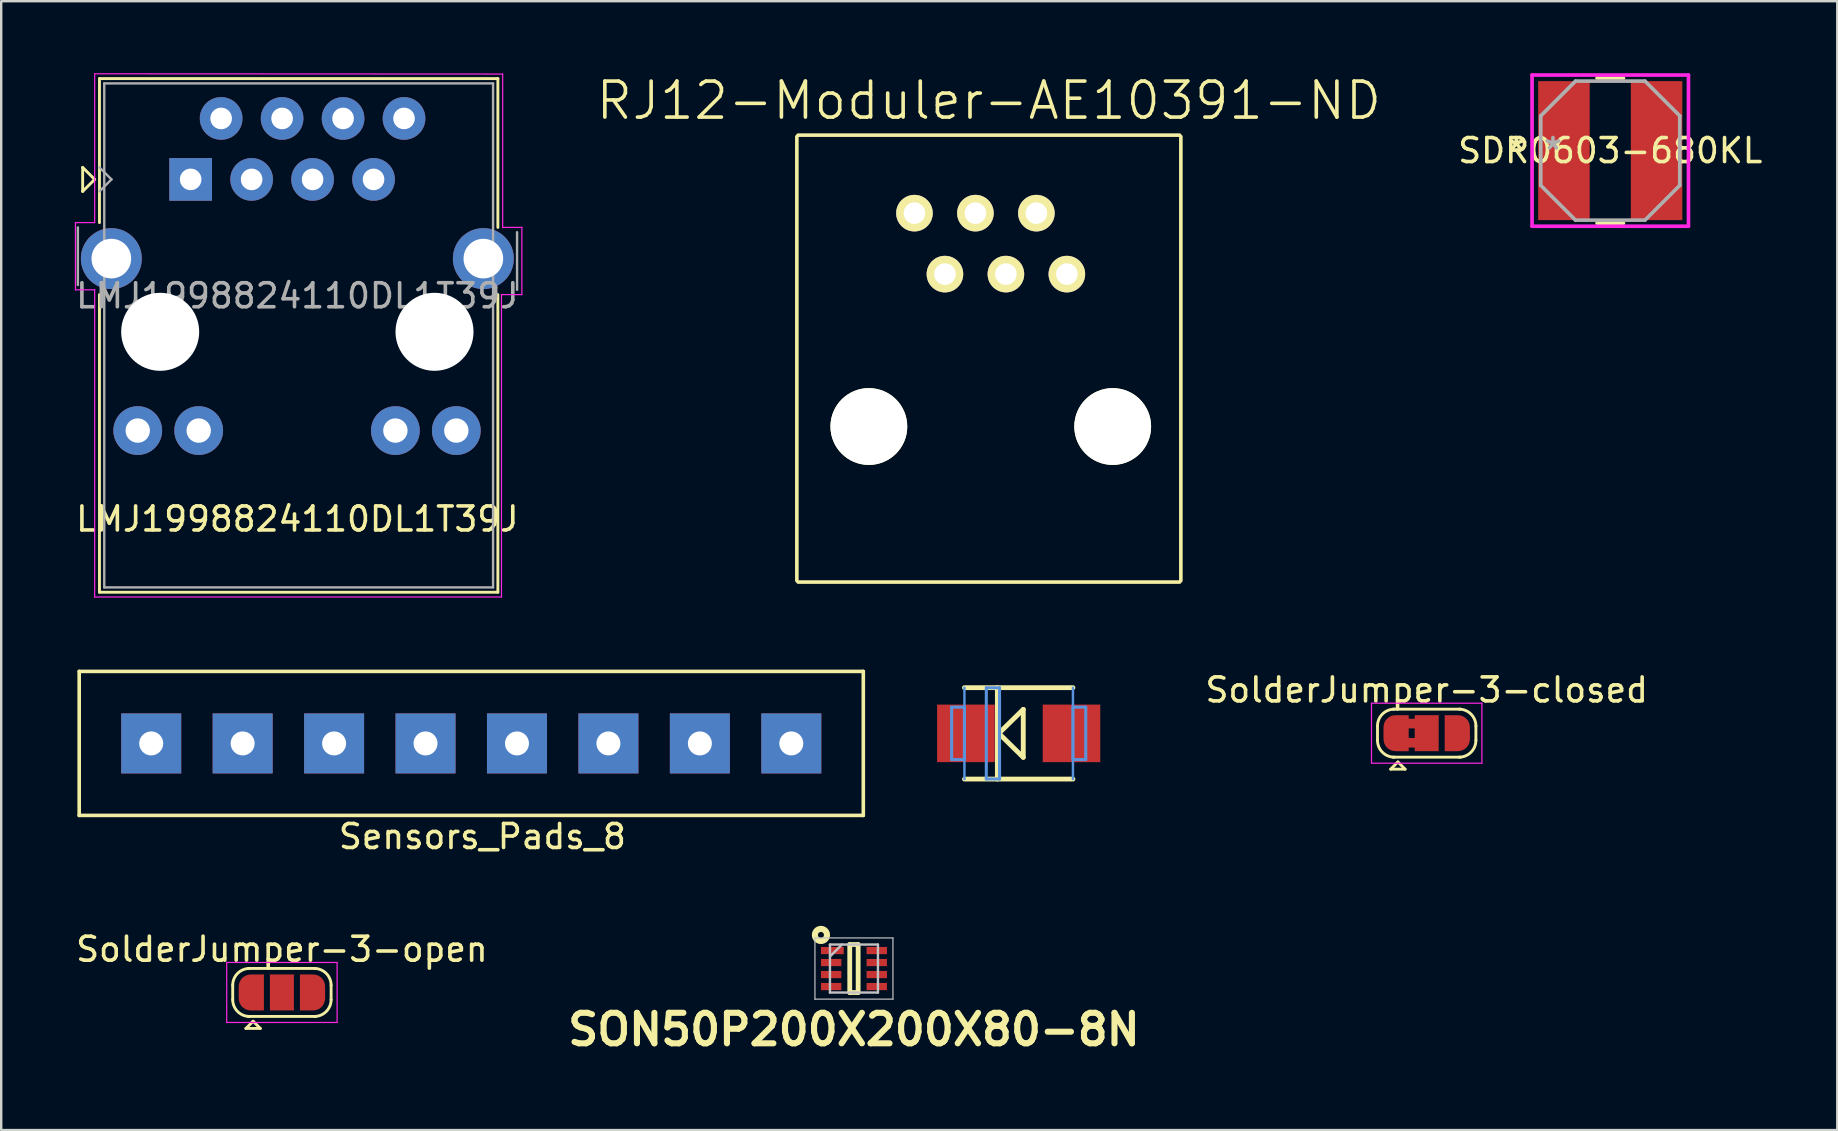
<source format=kicad_pcb>
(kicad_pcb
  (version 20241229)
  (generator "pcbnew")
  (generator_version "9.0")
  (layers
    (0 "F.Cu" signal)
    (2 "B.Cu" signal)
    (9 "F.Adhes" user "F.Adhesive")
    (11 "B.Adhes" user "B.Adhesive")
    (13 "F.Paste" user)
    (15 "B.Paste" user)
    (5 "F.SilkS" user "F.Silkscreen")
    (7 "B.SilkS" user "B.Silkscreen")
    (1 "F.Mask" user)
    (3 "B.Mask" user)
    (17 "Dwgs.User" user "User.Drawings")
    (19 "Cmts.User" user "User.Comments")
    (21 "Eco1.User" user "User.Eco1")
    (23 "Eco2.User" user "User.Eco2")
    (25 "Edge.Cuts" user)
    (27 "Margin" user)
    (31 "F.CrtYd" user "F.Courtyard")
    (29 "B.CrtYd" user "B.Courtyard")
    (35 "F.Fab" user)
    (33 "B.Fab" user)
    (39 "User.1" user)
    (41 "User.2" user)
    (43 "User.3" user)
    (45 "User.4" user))
  (footprint "RJ12-Moduler-AE10391-ND"
    (layer "F.Cu")
    (at 38.151 11.141)
    (property "Reference" "RJ12-Moduler-AE10391-ND" (at 0 -10 0) (layer "F.SilkS") (effects (font (size 1.5 1.5) (thickness 0.15))))
    (attr through_hole)
    (fp_line (start -8 10) (end -8 -8.5) (stroke (width 0.15) (type solid)) (layer "F.SilkS"))
    (fp_line (start -7.95 -8.56) (end 7.95 -8.56) (stroke (width 0.15) (type solid)) (layer "F.SilkS"))
    (fp_line (start -7.95 10.06) (end 7.95 10.06) (stroke (width 0.15) (type solid)) (layer "F.SilkS"))
    (fp_line (start 8 -8.5) (end 8 10) (stroke (width 0.15) (type solid)) (layer "F.SilkS"))
    (pad "" np_thru_hole circle (at -5 3.58) (size 3.2 3.2) (drill 3.2) (layers "*.Cu" "*.Mask" "F.SilkS"))
    (pad "" np_thru_hole circle (at 5.16 3.58) (size 3.2 3.2) (drill 3.2) (layers "*.Cu" "*.Mask" "F.SilkS"))
    (pad "1" thru_hole circle (at -3.1 -5.31) (size 1.524 1.524) (drill 0.9) (layers "*.Cu" "*.Mask" "F.SilkS"))
    (pad "2" thru_hole circle (at -0.56 -5.31) (size 1.524 1.524) (drill 0.9) (layers "*.Cu" "*.Mask" "F.SilkS"))
    (pad "3" thru_hole circle (at 1.98 -5.31) (size 1.524 1.524) (drill 0.9) (layers "*.Cu" "*.Mask" "F.SilkS"))
    (pad "4" thru_hole circle (at 3.25 -2.77) (size 1.524 1.524) (drill 0.9) (layers "*.Cu" "*.Mask" "F.SilkS"))
    (pad "5" thru_hole circle (at 0.71 -2.77) (size 1.524 1.524) (drill 0.9) (layers "*.Cu" "*.Mask" "F.SilkS"))
    (pad "6" thru_hole circle (at -1.83 -2.77) (size 1.524 1.524) (drill 0.9) (layers "*.Cu" "*.Mask" "F.SilkS")))
  (footprint "Sensors_Pads_8"
    (layer "F.Cu")
    (at 0.25 30.925)
    (property "Reference" "Sensors_Pads_8" (at 16.8 0.88 0) (layer "F.SilkS") (effects (font (size 1 1) (thickness 0.15))))
    (attr through_hole)
    (fp_line (start 0 -6) (end 32.67 -6) (stroke (width 0.15) (type solid)) (layer "F.SilkS"))
    (fp_line (start 0 0) (end 0 -6) (stroke (width 0.15) (type solid)) (layer "F.SilkS"))
    (fp_line (start 32.67 -6) (end 32.67 0) (stroke (width 0.15) (type solid)) (layer "F.SilkS"))
    (fp_line (start 32.67 0) (end 0 0) (stroke (width 0.15) (type solid)) (layer "F.SilkS"))
    (pad "1" thru_hole rect (at 3 -3) (size 2.5 2.5) (drill 1) (layers "*.Cu" "*.Mask"))
    (pad "2" thru_hole rect (at 6.81 -3) (size 2.5 2.5) (drill 1) (layers "*.Cu" "*.Mask"))
    (pad "3" thru_hole rect (at 10.62 -3) (size 2.5 2.5) (drill 1) (layers "*.Cu" "*.Mask"))
    (pad "4" thru_hole rect (at 14.43 -3) (size 2.5 2.5) (drill 1) (layers "*.Cu" "*.Mask"))
    (pad "5" thru_hole rect (at 18.24 -3) (size 2.5 2.5) (drill 1) (layers "*.Cu" "*.Mask"))
    (pad "6" thru_hole rect (at 22.05 -3) (size 2.5 2.5) (drill 1) (layers "*.Cu" "*.Mask"))
    (pad "7" thru_hole rect (at 25.86 -3) (size 2.5 2.5) (drill 1) (layers "*.Cu" "*.Mask"))
    (pad "8" thru_hole rect (at 29.67 -3) (size 2.5 2.5) (drill 1) (layers "*.Cu" "*.Mask")))
  (footprint "SolderJumper-3-closed"
    (layer "F.Cu")
    (at 56.394 27.498)
    (property "Reference" "SolderJumper-3-closed" (at 0 -1.8 180) (layer "F.SilkS") (effects (font (size 1 1) (thickness 0.15))))
    (attr exclude_from_pos_files)
    (fp_poly (pts (xy -0.9 -0.6) (xy -0.4 -0.6) (xy -0.4 -0.2) (xy -0.9 -0.2)) (stroke (width 0) (type solid)) (fill yes) (layer "F.Cu"))
    (fp_poly (pts (xy -0.9 0.2) (xy -0.4 0.2) (xy -0.4 0.6) (xy -0.9 0.6)) (stroke (width 0) (type solid)) (fill yes) (layer "F.Cu"))
    (fp_line (start -2.05 0.3) (end -2.05 -0.3) (stroke (width 0.12) (type solid)) (layer "F.SilkS"))
    (fp_line (start -1.5 1.5) (end -0.9 1.5) (stroke (width 0.12) (type solid)) (layer "F.SilkS"))
    (fp_line (start -1.4 -1) (end 1.4 -1) (stroke (width 0.12) (type solid)) (layer "F.SilkS"))
    (fp_line (start -1.2 1.2) (end -1.5 1.5) (stroke (width 0.12) (type solid)) (layer "F.SilkS"))
    (fp_line (start -1.2 1.2) (end -0.9 1.5) (stroke (width 0.12) (type solid)) (layer "F.SilkS"))
    (fp_line (start 1.4 1) (end -1.4 1) (stroke (width 0.12) (type solid)) (layer "F.SilkS"))
    (fp_line (start 2.05 -0.3) (end 2.05 0.3) (stroke (width 0.12) (type solid)) (layer "F.SilkS"))
    (fp_arc (start -2.05 -0.3) (mid -1.844975 -0.794975) (end -1.35 -1) (stroke (width 0.12) (type solid)) (layer "F.SilkS"))
    (fp_arc (start -1.35 1) (mid -1.844975 0.794975) (end -2.05 0.3) (stroke (width 0.12) (type solid)) (layer "F.SilkS"))
    (fp_arc (start 1.35 -1) (mid 1.844975 -0.794975) (end 2.05 -0.3) (stroke (width 0.12) (type solid)) (layer "F.SilkS"))
    (fp_arc (start 2.05 0.3) (mid 1.844975 0.794975) (end 1.35 1) (stroke (width 0.12) (type solid)) (layer "F.SilkS"))
    (fp_line (start -2.3 -1.25) (end -2.3 1.25) (stroke (width 0.05) (type solid)) (layer "F.CrtYd"))
    (fp_line (start -2.3 -1.25) (end 2.3 -1.25) (stroke (width 0.05) (type solid)) (layer "F.CrtYd"))
    (fp_line (start 2.3 1.25) (end -2.3 1.25) (stroke (width 0.05) (type solid)) (layer "F.CrtYd"))
    (fp_line (start 2.3 1.25) (end 2.3 -1.25) (stroke (width 0.05) (type solid)) (layer "F.CrtYd"))
    (pad "1" smd custom (at -1.3 0) (size 1 0.5) (layers "F.Cu" "F.Mask") (options (anchor rect)) (primitives (gr_circle (center 0 0.25) (end 0.5 0.25) (width 0) (fill yes)) (gr_circle (center 0 -0.25) (end 0.5 -0.25) (width 0) (fill yes)) (gr_poly (pts (xy 0.55 -0.75) (xy 0 -0.75) (xy 0 0.75) (xy 0.55 0.75)) (width 0) (fill yes))))
    (pad "2" smd rect (at 0 0) (size 1 1.5) (layers "F.Cu" "F.Mask"))
    (pad "3" smd custom (at 1.3 0) (size 1 0.5) (layers "F.Cu" "F.Mask") (options (anchor rect)) (primitives (gr_circle (center 0 0.25) (end 0.5 0.25) (width 0) (fill yes)) (gr_circle (center 0 -0.25) (end 0.5 -0.25) (width 0) (fill yes)) (gr_poly (pts (xy -0.55 -0.75) (xy 0 -0.75) (xy 0 0.75) (xy -0.55 0.75)) (width 0) (fill yes)))))
  (footprint "LMJ1998824110DL1T39J"
    (layer "F.Cu")
    (at 4.894 4.425)
    (property "Reference" "LMJ1998824110DL1T39J" (at 4.445 14.15 0) (layer "F.SilkS") (effects (font (size 1 1) (thickness 0.15))))
    (attr through_hole)
    (fp_line (start -4.5 -0.5) (end -4.5 0.5) (stroke (width 0.12) (type solid)) (layer "F.SilkS"))
    (fp_line (start -4.5 0.5) (end -4 0) (stroke (width 0.12) (type solid)) (layer "F.SilkS"))
    (fp_line (start -4 0) (end -4.5 -0.5) (stroke (width 0.12) (type solid)) (layer "F.SilkS"))
    (fp_line (start -3.8 -4.2) (end -3.8 1.8) (stroke (width 0.12) (type solid)) (layer "F.SilkS"))
    (fp_line (start -3.8 -4.2) (end 12.8 -4.2) (stroke (width 0.12) (type solid)) (layer "F.SilkS"))
    (fp_line (start -3.8 17.2) (end -3.8 4.8) (stroke (width 0.12) (type solid)) (layer "F.SilkS"))
    (fp_line (start -3.8 17.2) (end 12.8 17.2) (stroke (width 0.12) (type solid)) (layer "F.SilkS"))
    (fp_line (start 12.8 -4.2) (end 12.8 2) (stroke (width 0.12) (type solid)) (layer "F.SilkS"))
    (fp_line (start 12.8 17.2) (end 12.8 4.8) (stroke (width 0.12) (type solid)) (layer "F.SilkS"))
    (fp_line (start -4.8 4.6) (end -4.8 1.8) (stroke (width 0.05) (type solid)) (layer "F.CrtYd"))
    (fp_line (start -4 -4.4) (end 13 -4.39) (stroke (width 0.05) (type solid)) (layer "F.CrtYd"))
    (fp_line (start -4 1.8) (end -4.8 1.8) (stroke (width 0.05) (type solid)) (layer "F.CrtYd"))
    (fp_line (start -4 1.8) (end -4 -4.4) (stroke (width 0.05) (type solid)) (layer "F.CrtYd"))
    (fp_line (start -4 4.6) (end -4.8 4.6) (stroke (width 0.05) (type solid)) (layer "F.CrtYd"))
    (fp_line (start -4 17.4) (end -4 4.6) (stroke (width 0.05) (type solid)) (layer "F.CrtYd"))
    (fp_line (start 12.95 4.8) (end 12.95 17.4) (stroke (width 0.05) (type solid)) (layer "F.CrtYd"))
    (fp_line (start 12.95 4.8) (end 13.8 4.8) (stroke (width 0.05) (type solid)) (layer "F.CrtYd"))
    (fp_line (start 12.95 17.4) (end -4 17.4) (stroke (width 0.05) (type solid)) (layer "F.CrtYd"))
    (fp_line (start 13 2) (end 13 -4.39) (stroke (width 0.05) (type solid)) (layer "F.CrtYd"))
    (fp_line (start 13 2) (end 13.8 2) (stroke (width 0.05) (type solid)) (layer "F.CrtYd"))
    (fp_line (start 13.8 4.8) (end 13.8 2) (stroke (width 0.05) (type solid)) (layer "F.CrtYd"))
    (fp_line (start -4.7 4.4) (end -4.7 2) (stroke (width 0.1) (type solid)) (layer "F.Fab"))
    (fp_line (start -3.8 -0.5) (end -3.3 0) (stroke (width 0.1) (type solid)) (layer "F.Fab"))
    (fp_line (start -3.8 0.5) (end -3.3 0) (stroke (width 0.1) (type solid)) (layer "F.Fab"))
    (fp_line (start -3.6 -4) (end -3.6 17) (stroke (width 0.1) (type solid)) (layer "F.Fab"))
    (fp_line (start -3.6 -4) (end 12.6 -4) (stroke (width 0.1) (type solid)) (layer "F.Fab"))
    (fp_line (start -3.6 17) (end 12.6 17) (stroke (width 0.1) (type solid)) (layer "F.Fab"))
    (fp_line (start 12.6 -4) (end 12.6 17) (stroke (width 0.1) (type solid)) (layer "F.Fab"))
    (fp_line (start 13.6 4.6) (end 13.6 2.2) (stroke (width 0.1) (type solid)) (layer "F.Fab"))
    (fp_text user "${REFERENCE}" (at 4.445 4.85 0) (layer "F.Fab") (effects (font (size 1 1) (thickness 0.15))))
    (pad "" np_thru_hole circle (at -1.27 6.35) (size 3.251 3.251) (drill 3.251) (layers "*.Cu" "*.Mask"))
    (pad "" np_thru_hole circle (at 10.16 6.35) (size 3.251 3.251) (drill 3.251) (layers "*.Cu" "*.Mask"))
    (pad "1" thru_hole rect (at 0 0) (size 1.778 1.778) (drill 0.9) (layers "*.Cu" "*.Mask"))
    (pad "2" thru_hole circle (at 1.27 -2.54) (size 1.778 1.778) (drill 0.9) (layers "*.Cu" "*.Mask"))
    (pad "3" thru_hole circle (at 2.54 0) (size 1.778 1.778) (drill 0.9) (layers "*.Cu" "*.Mask"))
    (pad "4" thru_hole circle (at 3.81 -2.54) (size 1.778 1.778) (drill 0.9) (layers "*.Cu" "*.Mask"))
    (pad "5" thru_hole circle (at 5.08 0) (size 1.778 1.778) (drill 0.9) (layers "*.Cu" "*.Mask"))
    (pad "6" thru_hole circle (at 6.35 -2.54) (size 1.778 1.778) (drill 0.9) (layers "*.Cu" "*.Mask"))
    (pad "7" thru_hole circle (at 7.62 0) (size 1.778 1.778) (drill 0.9) (layers "*.Cu" "*.Mask"))
    (pad "8" thru_hole circle (at 8.89 -2.54) (size 1.778 1.778) (drill 0.9) (layers "*.Cu" "*.Mask"))
    (pad "9" thru_hole circle (at -2.205 10.465) (size 2.032 2.032) (drill 1.016) (layers "*.Cu" "*.Mask"))
    (pad "10" thru_hole circle (at 0.335 10.465) (size 2.032 2.032) (drill 1.016) (layers "*.Cu" "*.Mask"))
    (pad "11" thru_hole circle (at 8.53 10.465) (size 2.032 2.032) (drill 1.016) (layers "*.Cu" "*.Mask"))
    (pad "12" thru_hole circle (at 11.069 10.465) (size 2.032 2.032) (drill 1.016) (layers "*.Cu" "*.Mask"))
    (pad "SH" thru_hole circle (at -3.305 3.3) (size 2.54 2.54) (drill 1.651) (layers "*.Cu" "*.Mask"))
    (pad "SH" thru_hole circle (at 12.195 3.3) (size 2.54 2.54) (drill 1.651) (layers "*.Cu" "*.Mask")))
  (footprint "SMB_diode"
    (layer "F.Cu")
    (at 39.394 27.506)
    (property "Reference" "SMB_diode" (at 4.064 0 90) (layer "Eco1.User") (effects (font (size 0.64 0.64) (thickness 0.127))))
    (attr through_hole)
    (fp_line (start -2.261 -1.905) (end 2.261 -1.905) (stroke (width 0.2) (type solid)) (layer "F.SilkS"))
    (fp_line (start -2.261 1.905) (end 2.261 1.905) (stroke (width 0.2) (type solid)) (layer "F.SilkS"))
    (fp_line (start -0.889 1.905) (end -0.889 -1.905) (stroke (width 0.2) (type solid)) (layer "F.SilkS"))
    (fp_line (start -0.828 0) (end 0.191 0.998) (stroke (width 0.203) (type solid)) (layer "F.SilkS"))
    (fp_line (start 0.191 -0.998) (end -0.828 0) (stroke (width 0.203) (type solid)) (layer "F.SilkS"))
    (fp_line (start 0.191 0.998) (end 0.191 -0.998) (stroke (width 0.203) (type solid)) (layer "F.SilkS"))
    (fp_line (start -2.794 -1.092) (end -2.794 1.092) (stroke (width 0.127) (type solid)) (layer "Cmts.User"))
    (fp_line (start -2.794 1.092) (end -2.261 1.092) (stroke (width 0.127) (type solid)) (layer "Cmts.User"))
    (fp_line (start -2.261 -1.092) (end -2.794 -1.092) (stroke (width 0.127) (type solid)) (layer "Cmts.User"))
    (fp_line (start -2.261 1.092) (end -2.261 -1.092) (stroke (width 0.127) (type solid)) (layer "Cmts.User"))
    (fp_line (start -2.261 1.905) (end -2.261 -1.905) (stroke (width 0.102) (type solid)) (layer "Cmts.User"))
    (fp_line (start -1.349 -1.9) (end -1.349 1.9) (stroke (width 0.127) (type solid)) (layer "Cmts.User"))
    (fp_line (start -1.349 1.9) (end -0.798 1.9) (stroke (width 0.127) (type solid)) (layer "Cmts.User"))
    (fp_line (start -0.798 -1.9) (end -1.349 -1.9) (stroke (width 0.127) (type solid)) (layer "Cmts.User"))
    (fp_line (start -0.798 1.9) (end -0.798 -1.9) (stroke (width 0.127) (type solid)) (layer "Cmts.User"))
    (fp_line (start 2.261 -1.092) (end 2.261 1.092) (stroke (width 0.127) (type solid)) (layer "Cmts.User"))
    (fp_line (start 2.261 1.092) (end 2.794 1.092) (stroke (width 0.127) (type solid)) (layer "Cmts.User"))
    (fp_line (start 2.261 1.905) (end 2.261 -1.905) (stroke (width 0.102) (type solid)) (layer "Cmts.User"))
    (fp_line (start 2.794 -1.092) (end 2.261 -1.092) (stroke (width 0.127) (type solid)) (layer "Cmts.User"))
    (fp_line (start 2.794 1.092) (end 2.794 -1.092) (stroke (width 0.127) (type solid)) (layer "Cmts.User"))
    (pad "1" smd rect (at 2.2 0) (size 2.398 2.398) (layers "F.Cu" "F.Mask" "F.Paste"))
    (pad "2" smd rect (at -2.2 0) (size 2.398 2.398) (layers "F.Cu" "F.Mask" "F.Paste")))
  (footprint "SDR0603-680KL"
    (layer "F.Cu")
    (at 64.042 3.226)
    (property "Reference" "SDR0603-680KL" (at 0 0 0) (layer "F.SilkS") (effects (font (size 1 1) (thickness 0.15))))
    (attr through_hole)
    (fp_line (start -0.55 3.023) (end 0.55 3.023) (stroke (width 0.152) (type solid)) (layer "F.SilkS"))
    (fp_line (start 0.55 -3.023) (end -0.55 -3.023) (stroke (width 0.152) (type solid)) (layer "F.SilkS"))
    (fp_line (start -3.258 -3.15) (end 3.258 -3.15) (stroke (width 0.152) (type solid)) (layer "F.CrtYd"))
    (fp_line (start -3.258 3.15) (end -3.258 -3.15) (stroke (width 0.152) (type solid)) (layer "F.CrtYd"))
    (fp_line (start 3.258 -3.15) (end 3.258 3.15) (stroke (width 0.152) (type solid)) (layer "F.CrtYd"))
    (fp_line (start 3.258 3.15) (end -3.258 3.15) (stroke (width 0.152) (type solid)) (layer "F.CrtYd"))
    (fp_line (start -2.896 -1.448) (end -2.896 1.448) (stroke (width 0.152) (type solid)) (layer "F.Fab"))
    (fp_line (start -2.896 1.448) (end -1.448 2.896) (stroke (width 0.152) (type solid)) (layer "F.Fab"))
    (fp_line (start -1.448 -2.896) (end -2.896 -1.448) (stroke (width 0.152) (type solid)) (layer "F.Fab"))
    (fp_line (start -1.448 2.896) (end 1.448 2.896) (stroke (width 0.152) (type solid)) (layer "F.Fab"))
    (fp_line (start 1.448 -2.896) (end -1.448 -2.896) (stroke (width 0.152) (type solid)) (layer "F.Fab"))
    (fp_line (start 1.448 2.896) (end 2.896 1.448) (stroke (width 0.152) (type solid)) (layer "F.Fab"))
    (fp_line (start 2.896 -1.448) (end 1.448 -2.896) (stroke (width 0.152) (type solid)) (layer "F.Fab"))
    (fp_line (start 2.896 1.448) (end 2.896 -1.448) (stroke (width 0.152) (type solid)) (layer "F.Fab"))
    (fp_text user "*" (at -3.912 0 0) (layer "F.SilkS") (effects (font (size 1 1) (thickness 0.15))))
    (fp_text user "Copyright 2016 Accelerated Designs. All rights reserved." (at 0 0 0) (layer "Cmts.User") (effects (font (size 0.127 0.127) (thickness 0.002))))
    (fp_text user "*" (at -2.388 0 0) (layer "F.Fab") (effects (font (size 1 1) (thickness 0.15))))
    (pad "1" smd rect (at -1.93 0) (size 2.146 5.791) (layers "F.Cu" "F.Mask" "F.Paste"))
    (pad "2" smd rect (at 1.93 0) (size 2.146 5.791) (layers "F.Cu" "F.Mask" "F.Paste")))
  (footprint "SolderJumper-3-open"
    (layer "F.Cu")
    (at 8.696 38.301)
    (property "Reference" "SolderJumper-3-open" (at 0 -1.8 180) (layer "F.SilkS") (effects (font (size 1 1) (thickness 0.15))))
    (attr exclude_from_pos_files)
    (fp_line (start -2.05 0.3) (end -2.05 -0.3) (stroke (width 0.12) (type solid)) (layer "F.SilkS"))
    (fp_line (start -1.5 1.5) (end -0.9 1.5) (stroke (width 0.12) (type solid)) (layer "F.SilkS"))
    (fp_line (start -1.4 -1) (end 1.4 -1) (stroke (width 0.12) (type solid)) (layer "F.SilkS"))
    (fp_line (start -1.2 1.2) (end -1.5 1.5) (stroke (width 0.12) (type solid)) (layer "F.SilkS"))
    (fp_line (start -1.2 1.2) (end -0.9 1.5) (stroke (width 0.12) (type solid)) (layer "F.SilkS"))
    (fp_line (start 1.4 1) (end -1.4 1) (stroke (width 0.12) (type solid)) (layer "F.SilkS"))
    (fp_line (start 2.05 -0.3) (end 2.05 0.3) (stroke (width 0.12) (type solid)) (layer "F.SilkS"))
    (fp_arc (start -2.05 -0.3) (mid -1.844975 -0.794975) (end -1.35 -1) (stroke (width 0.12) (type solid)) (layer "F.SilkS"))
    (fp_arc (start -1.35 1) (mid -1.844975 0.794975) (end -2.05 0.3) (stroke (width 0.12) (type solid)) (layer "F.SilkS"))
    (fp_arc (start 1.35 -1) (mid 1.844975 -0.794975) (end 2.05 -0.3) (stroke (width 0.12) (type solid)) (layer "F.SilkS"))
    (fp_arc (start 2.05 0.3) (mid 1.844975 0.794975) (end 1.35 1) (stroke (width 0.12) (type solid)) (layer "F.SilkS"))
    (fp_line (start -2.3 -1.25) (end -2.3 1.25) (stroke (width 0.05) (type solid)) (layer "F.CrtYd"))
    (fp_line (start -2.3 -1.25) (end 2.3 -1.25) (stroke (width 0.05) (type solid)) (layer "F.CrtYd"))
    (fp_line (start 2.3 1.25) (end -2.3 1.25) (stroke (width 0.05) (type solid)) (layer "F.CrtYd"))
    (fp_line (start 2.3 1.25) (end 2.3 -1.25) (stroke (width 0.05) (type solid)) (layer "F.CrtYd"))
    (pad "1" smd custom (at -1.3 0) (size 1 0.5) (layers "F.Cu" "F.Mask") (options (anchor rect)) (primitives (gr_circle (center 0 0.25) (end 0.5 0.25) (width 0) (fill yes)) (gr_circle (center 0 -0.25) (end 0.5 -0.25) (width 0) (fill yes)) (gr_poly (pts (xy 0.55 -0.75) (xy 0 -0.75) (xy 0 0.75) (xy 0.55 0.75)) (width 0) (fill yes))))
    (pad "2" smd rect (at 0 0) (size 1 1.5) (layers "F.Cu" "F.Mask"))
    (pad "3" smd custom (at 1.3 0) (size 1 0.5) (layers "F.Cu" "F.Mask") (options (anchor rect)) (primitives (gr_circle (center 0 0.25) (end 0.5 0.25) (width 0) (fill yes)) (gr_circle (center 0 -0.25) (end 0.5 -0.25) (width 0) (fill yes)) (gr_poly (pts (xy -0.55 -0.75) (xy 0 -0.75) (xy 0 0.75) (xy -0.55 0.75)) (width 0) (fill yes)))))
  (footprint "SON50P200X200X80-8N"
    (layer "F.Cu")
    (at 32.53 37.305)
    (property "Reference" "SON50P200X200X80-8N" (at 0 2.54 0) (layer "F.SilkS") (effects (font (size 1.27 1.27) (thickness 0.254))))
    (attr smd)
    (fp_line (start -0.175 -1) (end 0.175 -1) (stroke (width 0.2) (type solid)) (layer "F.SilkS"))
    (fp_line (start -0.175 1) (end -0.175 -1) (stroke (width 0.2) (type solid)) (layer "F.SilkS"))
    (fp_line (start 0.175 -1) (end 0.175 1) (stroke (width 0.2) (type solid)) (layer "F.SilkS"))
    (fp_line (start 0.175 1) (end -0.175 1) (stroke (width 0.2) (type solid)) (layer "F.SilkS"))
    (fp_circle (center -1.375 -1.4) (end -1.25 -1.4) (stroke (width 0.254) (type solid)) (fill no) (layer "F.SilkS"))
    (fp_line (start -1.625 -1.275) (end 1.625 -1.275) (stroke (width 0.05) (type solid)) (layer "Dwgs.User"))
    (fp_line (start -1.625 1.275) (end -1.625 -1.275) (stroke (width 0.05) (type solid)) (layer "Dwgs.User"))
    (fp_line (start -1 -1) (end 1 -1) (stroke (width 0.1) (type solid)) (layer "Dwgs.User"))
    (fp_line (start -1 -0.5) (end -0.5 -1) (stroke (width 0.1) (type solid)) (layer "Dwgs.User"))
    (fp_line (start -1 1) (end -1 -1) (stroke (width 0.1) (type solid)) (layer "Dwgs.User"))
    (fp_line (start 1 -1) (end 1 1) (stroke (width 0.1) (type solid)) (layer "Dwgs.User"))
    (fp_line (start 1 1) (end -1 1) (stroke (width 0.1) (type solid)) (layer "Dwgs.User"))
    (fp_line (start 1.625 -1.275) (end 1.625 1.275) (stroke (width 0.05) (type solid)) (layer "Dwgs.User"))
    (fp_line (start 1.625 1.275) (end -1.625 1.275) (stroke (width 0.05) (type solid)) (layer "Dwgs.User"))
    (pad "1" smd rect (at -0.9 -0.75 90) (size 0.3 0.95) (layers "F.Cu" "F.Mask" "F.Paste"))
    (pad "2" smd rect (at -0.95 -0.25 90) (size 0.3 0.85) (layers "F.Cu" "F.Mask" "F.Paste"))
    (pad "3" smd rect (at -0.95 0.25 90) (size 0.3 0.85) (layers "F.Cu" "F.Mask" "F.Paste"))
    (pad "4" smd rect (at -0.95 0.75 90) (size 0.3 0.85) (layers "F.Cu" "F.Mask" "F.Paste"))
    (pad "5" smd rect (at 0.95 0.75 90) (size 0.3 0.85) (layers "F.Cu" "F.Mask" "F.Paste"))
    (pad "6" smd rect (at 0.95 0.25 90) (size 0.3 0.85) (layers "F.Cu" "F.Mask" "F.Paste"))
    (pad "7" smd rect (at 0.95 -0.25 90) (size 0.3 0.85) (layers "F.Cu" "F.Mask" "F.Paste"))
    (pad "8" smd rect (at 0.95 -0.75 90) (size 0.3 0.85) (layers "F.Cu" "F.Mask" "F.Paste")))
  (gr_rect
    (start -3 -3)
    (end 73.5 44.034)
    (stroke (width 0.1) (type default))
    (fill no)
    (layer "Edge.Cuts")))
</source>
